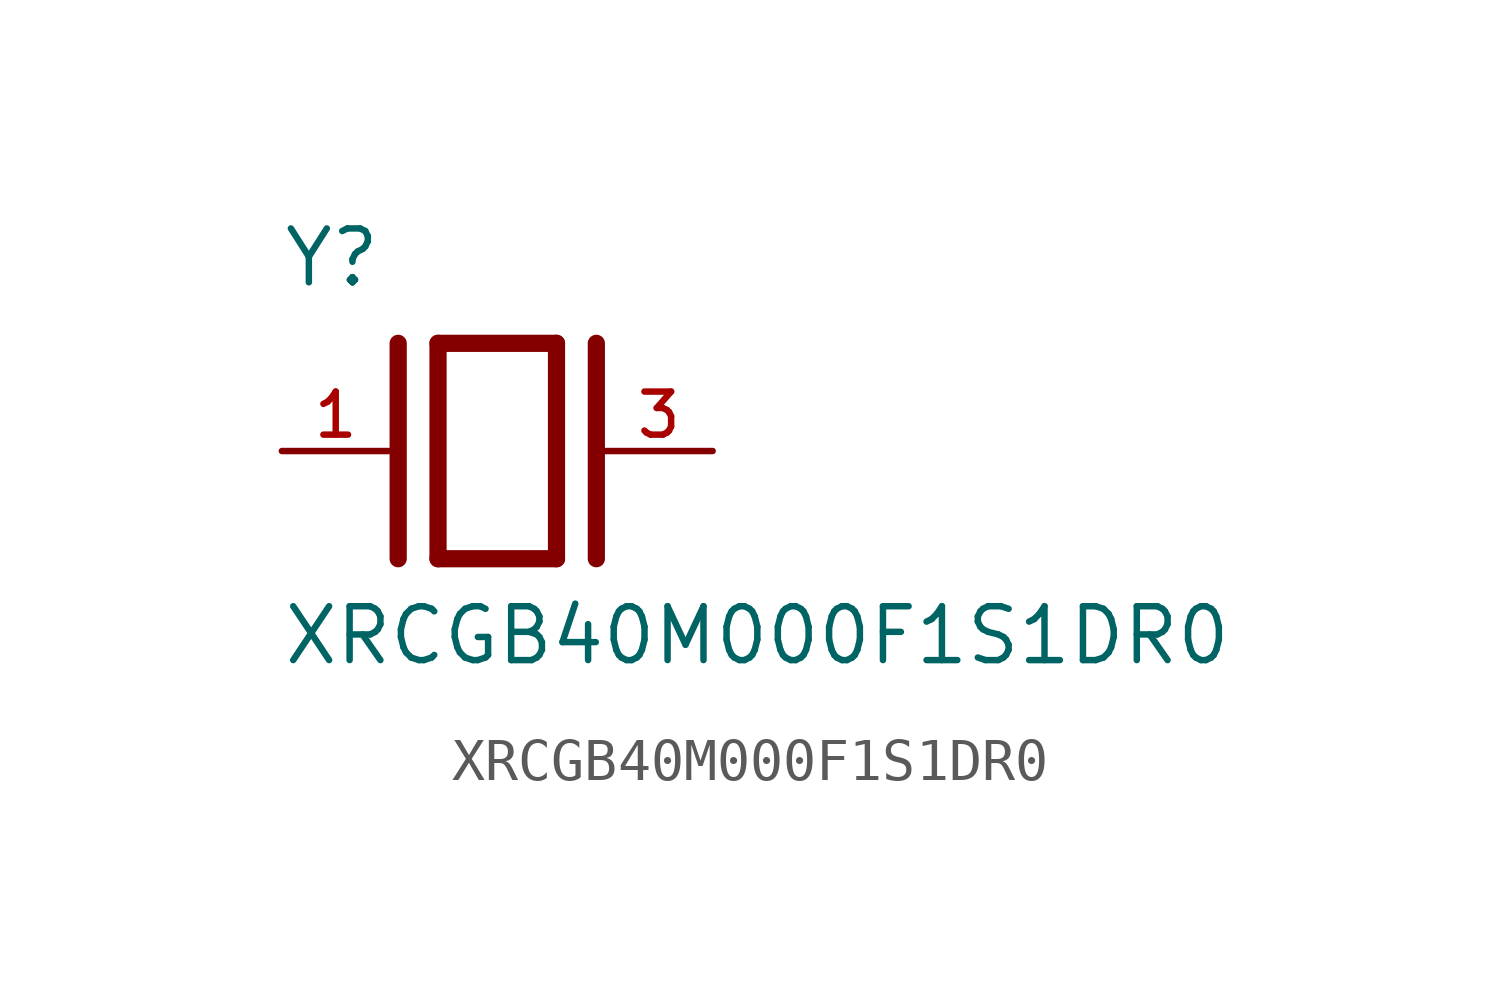
<source format=kicad_sym>
(kicad_symbol_lib
  (version 20211014)
  (generator kicad_symbol_editor)
  (symbol "XRCGB40M000F1S1DR0"
    (pin_names
      (offset 1.016))
    (property "Reference" "Y"
      (at -5.088 3.816 0)
      (effects (font (size 1.27 1.27)) (justify bottom left)))
    (property "Value" "XRCGB40M000F1S1DR0"
      (at -5.094 -5.094 0)
      (effects (font (size 1.27 1.27)) (justify bottom left)))
    (symbol "XRCGB40M000F1S1DR0_0_0"
      (polyline (pts (xy -1.397 2.54) (xy 1.397 2.54)) (stroke (width 0.406)))
      (polyline (pts (xy 1.397 2.54) (xy 1.397 -2.54)) (stroke (width 0.406)))
      (polyline (pts (xy 1.397 -2.54) (xy -1.397 -2.54)) (stroke (width 0.406)))
      (polyline (pts (xy -1.397 2.54) (xy -1.397 -2.54)) (stroke (width 0.406)))
      (polyline (pts (xy 2.337 2.54) (xy 2.337 -2.54)) (stroke (width 0.406)))
      (polyline (pts (xy -2.337 2.54) (xy -2.337 -2.54)) (stroke (width 0.406)))
      (pin passive line (at 5.08 0.0 180.0) (length 2.54) (name "~" (effects (font (size 1.016 1.016)))) (number "3" (effects (font (size 1.016 1.016)))))
      (pin passive line (at -5.08 0.0 0) (length 2.54) (name "~" (effects (font (size 1.016 1.016)))) (number "1" (effects (font (size 1.016 1.016))))))))
</source>
